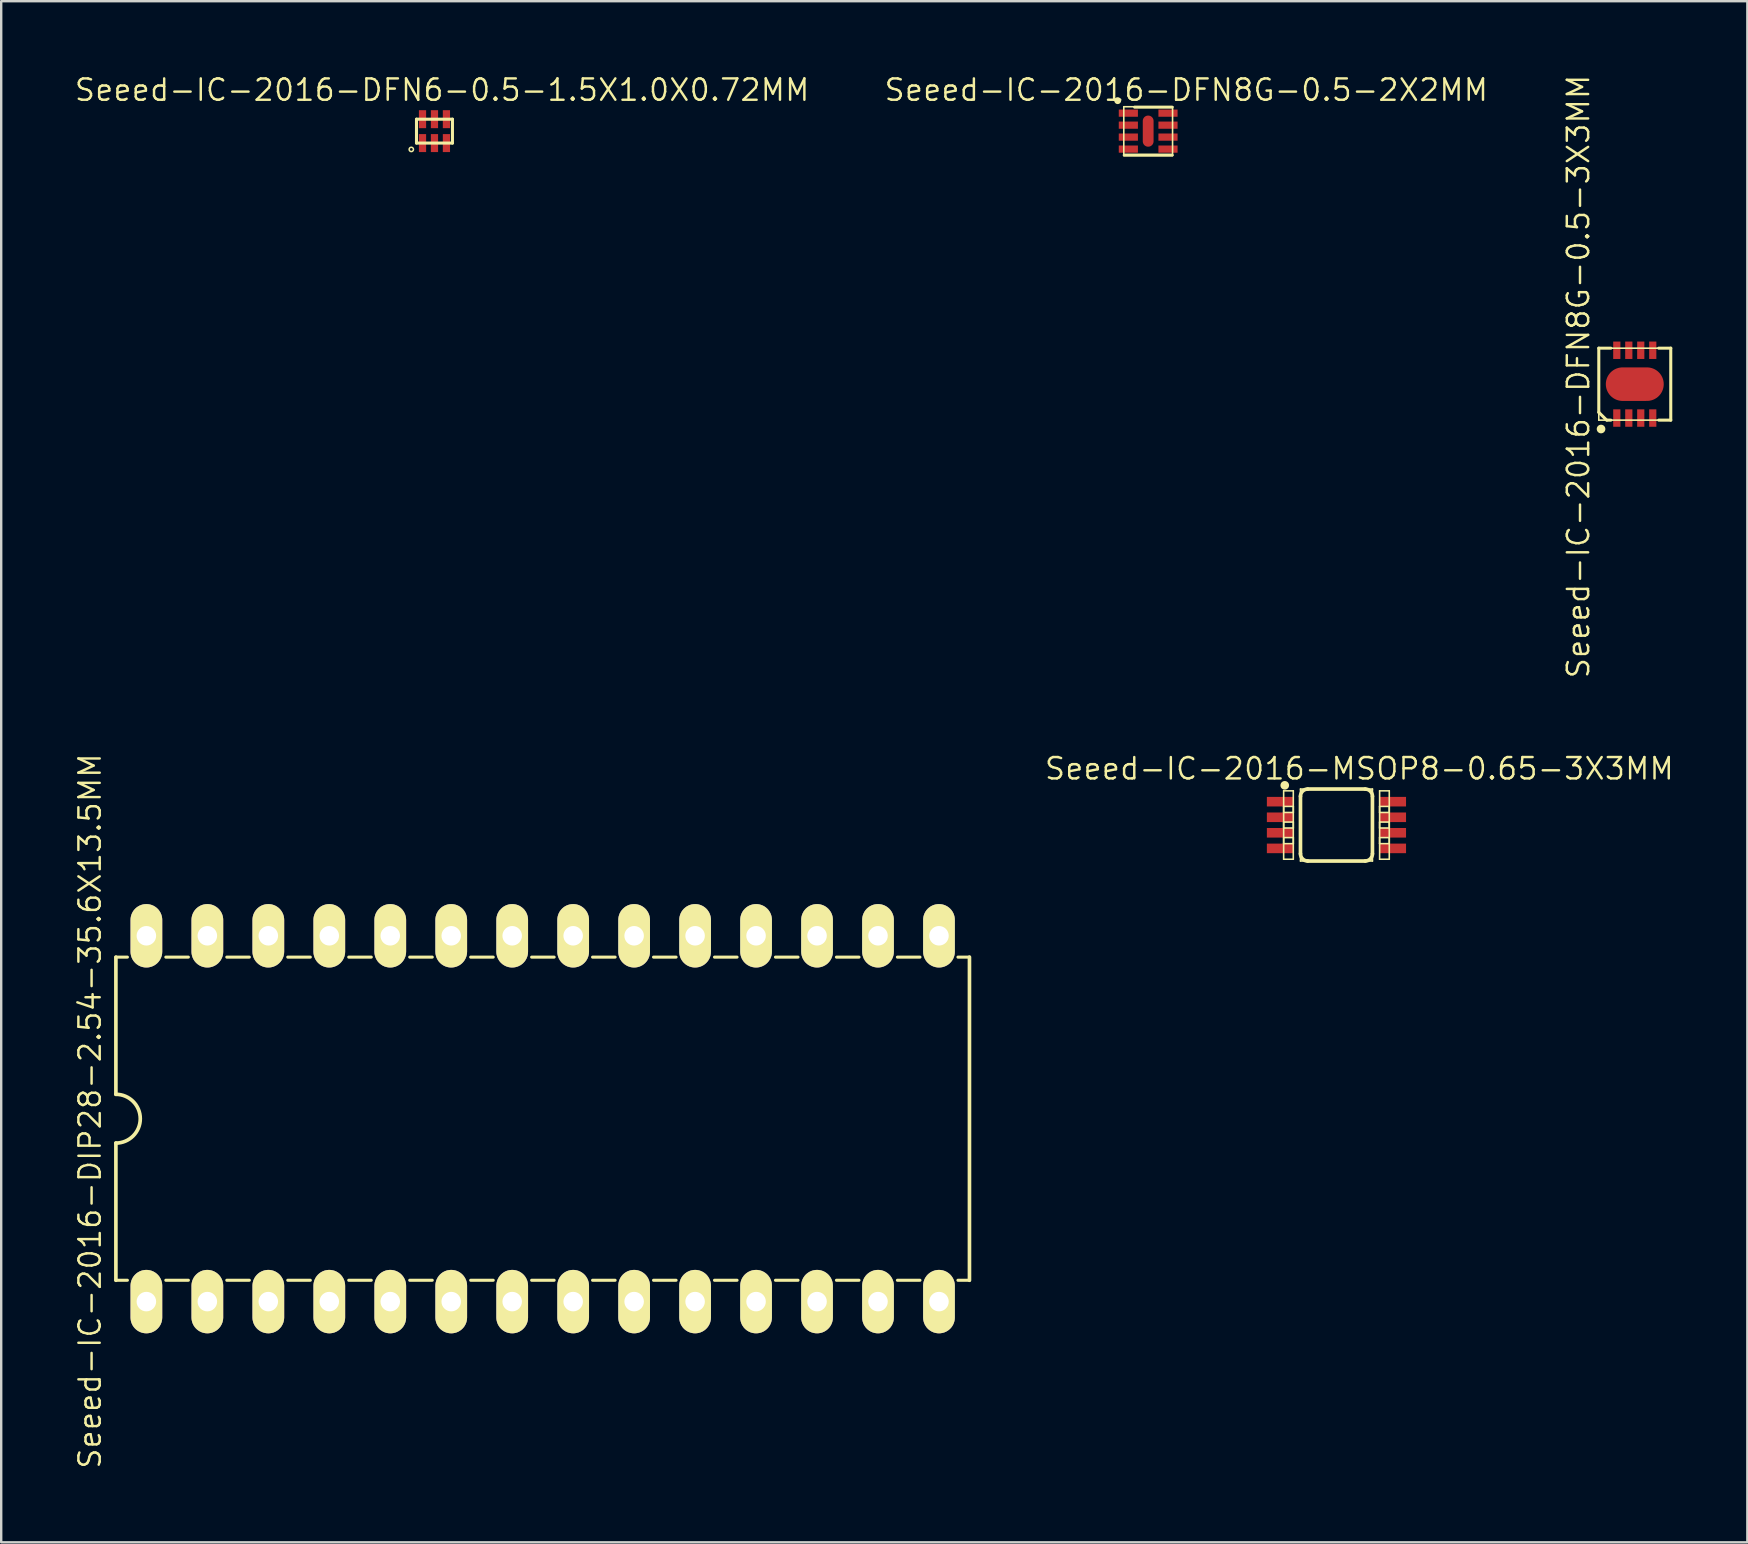
<source format=kicad_pcb>
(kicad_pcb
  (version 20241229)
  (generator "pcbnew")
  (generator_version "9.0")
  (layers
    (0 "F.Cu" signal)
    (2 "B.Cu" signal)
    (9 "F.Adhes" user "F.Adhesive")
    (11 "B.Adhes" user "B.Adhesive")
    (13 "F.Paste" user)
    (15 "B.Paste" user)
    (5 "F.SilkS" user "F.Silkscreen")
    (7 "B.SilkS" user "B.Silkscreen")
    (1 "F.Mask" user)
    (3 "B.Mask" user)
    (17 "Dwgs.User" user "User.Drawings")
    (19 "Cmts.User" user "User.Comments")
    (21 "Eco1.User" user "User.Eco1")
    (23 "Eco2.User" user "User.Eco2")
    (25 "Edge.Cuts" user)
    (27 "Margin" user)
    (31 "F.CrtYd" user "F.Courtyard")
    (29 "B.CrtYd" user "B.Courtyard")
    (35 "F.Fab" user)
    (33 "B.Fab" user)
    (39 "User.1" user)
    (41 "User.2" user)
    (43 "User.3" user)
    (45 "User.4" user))
  (footprint "Seeed-IC-2016-DFN8G-0.5-3X3MM"
    (layer "F.Cu")
    (at 65.055 12.954)
    (property "Reference" "Seeed-IC-2016-DFN8G-0.5-3X3MM" (at -2.349 -0.318 90) (layer "F.SilkS") (effects (font (size 0.889 0.889) (thickness 0.102))))
    (attr smd)
    (fp_line (start -1.499 -1.499) (end -0.998 -1.499) (stroke (width 0.127) (type solid)) (layer "F.SilkS"))
    (fp_line (start -1.499 -1.499) (end 1.499 -1.499) (stroke (width 0.066) (type solid)) (layer "F.SilkS"))
    (fp_line (start -1.499 1.173) (end -1.499 -1.499) (stroke (width 0.127) (type solid)) (layer "F.SilkS"))
    (fp_line (start -1.499 1.499) (end -1.499 -1.499) (stroke (width 0.066) (type solid)) (layer "F.SilkS"))
    (fp_line (start -1.499 1.499) (end 1.499 1.499) (stroke (width 0.066) (type solid)) (layer "F.SilkS"))
    (fp_line (start -1.173 1.499) (end -1.499 1.173) (stroke (width 0.127) (type solid)) (layer "F.SilkS"))
    (fp_line (start -0.998 1.499) (end -1.148 1.499) (stroke (width 0.127) (type solid)) (layer "F.SilkS"))
    (fp_line (start 1.499 -1.499) (end 0.998 -1.499) (stroke (width 0.127) (type solid)) (layer "F.SilkS"))
    (fp_line (start 1.499 -1.499) (end 1.499 1.499) (stroke (width 0.127) (type solid)) (layer "F.SilkS"))
    (fp_line (start 1.499 1.499) (end 0.998 1.499) (stroke (width 0.127) (type solid)) (layer "F.SilkS"))
    (fp_line (start 1.499 1.499) (end 1.499 -1.499) (stroke (width 0.066) (type solid)) (layer "F.SilkS"))
    (fp_circle (center -1.405 1.869) (end -1.532 1.996) (stroke (width 0) (type solid)) (fill yes) (layer "F.SilkS"))
    (pad "1" smd rect (at -0.749 1.412 180) (size 0.3 0.726) (layers "F.Cu" "F.Mask" "F.Paste"))
    (pad "2" smd rect (at -0.249 1.412 180) (size 0.3 0.726) (layers "F.Cu" "F.Mask" "F.Paste"))
    (pad "3" smd rect (at 0.249 1.412 180) (size 0.3 0.726) (layers "F.Cu" "F.Mask" "F.Paste"))
    (pad "4" smd rect (at 0.749 1.412 180) (size 0.3 0.726) (layers "F.Cu" "F.Mask" "F.Paste"))
    (pad "5" smd rect (at 0.749 -1.412) (size 0.3 0.726) (layers "F.Cu" "F.Mask" "F.Paste"))
    (pad "6" smd rect (at 0.249 -1.412) (size 0.3 0.726) (layers "F.Cu" "F.Mask" "F.Paste"))
    (pad "7" smd rect (at -0.249 -1.412) (size 0.3 0.726) (layers "F.Cu" "F.Mask" "F.Paste"))
    (pad "8" smd rect (at -0.749 -1.412) (size 0.3 0.726) (layers "F.Cu" "F.Mask" "F.Paste"))
    (pad "HEAT" smd oval (at 0 0) (size 2.413 1.397) (layers "F.Cu" "F.Mask" "F.Paste")))
  (footprint "Seeed-IC-2016-DIP28-2.54-35.6X13.5MM"
    (layer "F.Cu")
    (at 19.558 43.555)
    (property "Reference" "Seeed-IC-2016-DIP28-2.54-35.6X13.5MM" (at -18.86 -0.318 90) (layer "F.SilkS") (effects (font (size 0.889 0.889) (thickness 0.102))))
    (attr exclude_from_pos_files exclude_from_bom)
    (fp_line (start -17.78 -6.731) (end -17.78 -1.016) (stroke (width 0.152) (type solid)) (layer "F.SilkS"))
    (fp_line (start -17.78 -6.731) (end -17.3 -6.731) (stroke (width 0.127) (type solid)) (layer "F.SilkS"))
    (fp_line (start -17.78 6.731) (end -17.78 1.016) (stroke (width 0.152) (type solid)) (layer "F.SilkS"))
    (fp_line (start -17.78 6.731) (end -17.3 6.731) (stroke (width 0.127) (type solid)) (layer "F.SilkS"))
    (fp_line (start -15.7 -6.731) (end -14.76 -6.731) (stroke (width 0.127) (type solid)) (layer "F.SilkS"))
    (fp_line (start -15.7 6.731) (end -14.76 6.731) (stroke (width 0.127) (type solid)) (layer "F.SilkS"))
    (fp_line (start -13.16 -6.731) (end -12.22 -6.731) (stroke (width 0.127) (type solid)) (layer "F.SilkS"))
    (fp_line (start -13.16 6.731) (end -12.22 6.731) (stroke (width 0.127) (type solid)) (layer "F.SilkS"))
    (fp_line (start -10.62 -6.731) (end -9.68 -6.731) (stroke (width 0.127) (type solid)) (layer "F.SilkS"))
    (fp_line (start -10.62 6.731) (end -9.68 6.731) (stroke (width 0.127) (type solid)) (layer "F.SilkS"))
    (fp_line (start -8.08 -6.731) (end -7.14 -6.731) (stroke (width 0.127) (type solid)) (layer "F.SilkS"))
    (fp_line (start -8.08 6.731) (end -7.14 6.731) (stroke (width 0.127) (type solid)) (layer "F.SilkS"))
    (fp_line (start -5.54 -6.731) (end -4.6 -6.731) (stroke (width 0.127) (type solid)) (layer "F.SilkS"))
    (fp_line (start -5.54 6.731) (end -4.6 6.731) (stroke (width 0.127) (type solid)) (layer "F.SilkS"))
    (fp_line (start -3 -6.731) (end -2.06 -6.731) (stroke (width 0.127) (type solid)) (layer "F.SilkS"))
    (fp_line (start -3 6.731) (end -2.06 6.731) (stroke (width 0.127) (type solid)) (layer "F.SilkS"))
    (fp_line (start -0.46 -6.731) (end 0.478 -6.731) (stroke (width 0.127) (type solid)) (layer "F.SilkS"))
    (fp_line (start -0.46 6.731) (end 0.478 6.731) (stroke (width 0.127) (type solid)) (layer "F.SilkS"))
    (fp_line (start 2.078 -6.731) (end 3.018 -6.731) (stroke (width 0.127) (type solid)) (layer "F.SilkS"))
    (fp_line (start 2.078 6.731) (end 3.018 6.731) (stroke (width 0.127) (type solid)) (layer "F.SilkS"))
    (fp_line (start 4.618 -6.731) (end 5.558 -6.731) (stroke (width 0.127) (type solid)) (layer "F.SilkS"))
    (fp_line (start 4.618 6.731) (end 5.558 6.731) (stroke (width 0.127) (type solid)) (layer "F.SilkS"))
    (fp_line (start 7.158 -6.731) (end 8.098 -6.731) (stroke (width 0.127) (type solid)) (layer "F.SilkS"))
    (fp_line (start 7.158 6.731) (end 8.098 6.731) (stroke (width 0.127) (type solid)) (layer "F.SilkS"))
    (fp_line (start 9.698 -6.731) (end 10.638 -6.731) (stroke (width 0.127) (type solid)) (layer "F.SilkS"))
    (fp_line (start 9.698 6.731) (end 10.638 6.731) (stroke (width 0.127) (type solid)) (layer "F.SilkS"))
    (fp_line (start 12.238 -6.731) (end 13.178 -6.731) (stroke (width 0.127) (type solid)) (layer "F.SilkS"))
    (fp_line (start 12.238 6.731) (end 13.178 6.731) (stroke (width 0.127) (type solid)) (layer "F.SilkS"))
    (fp_line (start 14.778 -6.731) (end 15.718 -6.731) (stroke (width 0.127) (type solid)) (layer "F.SilkS"))
    (fp_line (start 14.778 6.731) (end 15.718 6.731) (stroke (width 0.127) (type solid)) (layer "F.SilkS"))
    (fp_line (start 17.3 -6.731) (end 17.78 -6.731) (stroke (width 0.127) (type solid)) (layer "F.SilkS"))
    (fp_line (start 17.3 6.731) (end 17.78 6.731) (stroke (width 0.127) (type solid)) (layer "F.SilkS"))
    (fp_line (start 17.78 -6.731) (end 17.78 6.731) (stroke (width 0.152) (type solid)) (layer "F.SilkS"))
    (fp_arc (start -17.78 -1.016) (mid -16.764 0) (end -17.78 1.016) (stroke (width 0.1524) (type solid)) (layer "F.SilkS"))
    (pad "1" thru_hole oval (at -16.51 7.62 180) (size 1.321 2.642) (drill 0.813) (layers "*.Cu" "F.Mask" "F.SilkS" "F.Paste"))
    (pad "2" thru_hole oval (at -13.97 7.62 180) (size 1.321 2.642) (drill 0.813) (layers "*.Cu" "F.Mask" "F.SilkS" "F.Paste"))
    (pad "3" thru_hole oval (at -11.43 7.62 180) (size 1.321 2.642) (drill 0.813) (layers "*.Cu" "F.Mask" "F.SilkS" "F.Paste"))
    (pad "4" thru_hole oval (at -8.89 7.62 180) (size 1.321 2.642) (drill 0.813) (layers "*.Cu" "F.Mask" "F.SilkS" "F.Paste"))
    (pad "5" thru_hole oval (at -6.35 7.62 180) (size 1.321 2.642) (drill 0.813) (layers "*.Cu" "F.Mask" "F.SilkS" "F.Paste"))
    (pad "6" thru_hole oval (at -3.81 7.62 180) (size 1.321 2.642) (drill 0.813) (layers "*.Cu" "F.Mask" "F.SilkS" "F.Paste"))
    (pad "7" thru_hole oval (at -1.27 7.62 180) (size 1.321 2.642) (drill 0.813) (layers "*.Cu" "F.Mask" "F.SilkS" "F.Paste"))
    (pad "8" thru_hole oval (at 1.27 7.62 180) (size 1.321 2.642) (drill 0.813) (layers "*.Cu" "F.Mask" "F.SilkS" "F.Paste"))
    (pad "9" thru_hole oval (at 3.81 7.62 180) (size 1.321 2.642) (drill 0.813) (layers "*.Cu" "F.Mask" "F.SilkS" "F.Paste"))
    (pad "10" thru_hole oval (at 6.35 7.62 180) (size 1.321 2.642) (drill 0.813) (layers "*.Cu" "F.Mask" "F.SilkS" "F.Paste"))
    (pad "11" thru_hole oval (at 8.89 7.62 180) (size 1.321 2.642) (drill 0.813) (layers "*.Cu" "F.Mask" "F.SilkS" "F.Paste"))
    (pad "12" thru_hole oval (at 11.43 7.62 180) (size 1.321 2.642) (drill 0.813) (layers "*.Cu" "F.Mask" "F.SilkS" "F.Paste"))
    (pad "13" thru_hole oval (at 13.97 7.62 180) (size 1.321 2.642) (drill 0.813) (layers "*.Cu" "F.Mask" "F.SilkS" "F.Paste"))
    (pad "14" thru_hole oval (at 16.51 7.62 180) (size 1.321 2.642) (drill 0.813) (layers "*.Cu" "F.Mask" "F.SilkS" "F.Paste"))
    (pad "15" thru_hole oval (at 16.51 -7.62 180) (size 1.321 2.642) (drill 0.813) (layers "*.Cu" "F.Mask" "F.SilkS" "F.Paste"))
    (pad "16" thru_hole oval (at 13.97 -7.62 180) (size 1.321 2.642) (drill 0.813) (layers "*.Cu" "F.Mask" "F.SilkS" "F.Paste"))
    (pad "17" thru_hole oval (at 11.43 -7.62 180) (size 1.321 2.642) (drill 0.813) (layers "*.Cu" "F.Mask" "F.SilkS" "F.Paste"))
    (pad "18" thru_hole oval (at 8.89 -7.62 180) (size 1.321 2.642) (drill 0.813) (layers "*.Cu" "F.Mask" "F.SilkS" "F.Paste"))
    (pad "19" thru_hole oval (at 6.35 -7.62 180) (size 1.321 2.642) (drill 0.813) (layers "*.Cu" "F.Mask" "F.SilkS" "F.Paste"))
    (pad "20" thru_hole oval (at 3.81 -7.62 180) (size 1.321 2.642) (drill 0.813) (layers "*.Cu" "F.Mask" "F.SilkS" "F.Paste"))
    (pad "21" thru_hole oval (at 1.27 -7.62 180) (size 1.321 2.642) (drill 0.813) (layers "*.Cu" "F.Mask" "F.SilkS" "F.Paste"))
    (pad "22" thru_hole oval (at -1.27 -7.62 180) (size 1.321 2.642) (drill 0.813) (layers "*.Cu" "F.Mask" "F.SilkS" "F.Paste"))
    (pad "23" thru_hole oval (at -3.81 -7.62 180) (size 1.321 2.642) (drill 0.813) (layers "*.Cu" "F.Mask" "F.SilkS" "F.Paste"))
    (pad "24" thru_hole oval (at -6.35 -7.62 180) (size 1.321 2.642) (drill 0.813) (layers "*.Cu" "F.Mask" "F.SilkS" "F.Paste"))
    (pad "25" thru_hole oval (at -8.89 -7.62 180) (size 1.321 2.642) (drill 0.813) (layers "*.Cu" "F.Mask" "F.SilkS" "F.Paste"))
    (pad "26" thru_hole oval (at -11.43 -7.62 180) (size 1.321 2.642) (drill 0.813) (layers "*.Cu" "F.Mask" "F.SilkS" "F.Paste"))
    (pad "27" thru_hole oval (at -13.97 -7.62 180) (size 1.321 2.642) (drill 0.813) (layers "*.Cu" "F.Mask" "F.SilkS" "F.Paste"))
    (pad "28" thru_hole oval (at -16.51 -7.62 180) (size 1.321 2.642) (drill 0.813) (layers "*.Cu" "F.Mask" "F.SilkS" "F.Paste")))
  (footprint "Seeed-IC-2016-DFN8G-0.5-2X2MM"
    (layer "F.Cu")
    (at 44.783 2.413)
    (property "Reference" "Seeed-IC-2016-DFN8G-0.5-2X2MM" (at 1.587 -1.714 0) (layer "F.SilkS") (effects (font (size 0.889 0.889) (thickness 0.102))))
    (attr smd)
    (fp_line (start -1.016 -1.016) (end 1.016 -1.016) (stroke (width 0.066) (type solid)) (layer "F.SilkS"))
    (fp_line (start -1.016 1.016) (end -1.016 -1.016) (stroke (width 0.066) (type solid)) (layer "F.SilkS"))
    (fp_line (start -1.016 1.016) (end 1.016 1.016) (stroke (width 0.066) (type solid)) (layer "F.SilkS"))
    (fp_line (start -0.564 -0.998) (end 0.998 -0.998) (stroke (width 0.127) (type solid)) (layer "F.SilkS"))
    (fp_line (start 0.998 0.998) (end -0.998 0.998) (stroke (width 0.127) (type solid)) (layer "F.SilkS"))
    (fp_line (start 1.016 1.016) (end 1.016 -1.016) (stroke (width 0.066) (type solid)) (layer "F.SilkS"))
    (fp_circle (center -1.27 -1.27) (end -1.372 -1.372) (stroke (width 0) (type solid)) (fill yes) (layer "F.SilkS"))
    (pad "1" smd rect (at -0.826 -0.749) (size 0.798 0.3) (layers "F.Cu" "F.Mask" "F.Paste"))
    (pad "2" smd rect (at -0.826 -0.249) (size 0.798 0.3) (layers "F.Cu" "F.Mask" "F.Paste"))
    (pad "3" smd rect (at -0.826 0.249) (size 0.798 0.3) (layers "F.Cu" "F.Mask" "F.Paste"))
    (pad "4" smd rect (at -0.826 0.749) (size 0.798 0.3) (layers "F.Cu" "F.Mask" "F.Paste"))
    (pad "5" smd rect (at 0.826 0.749 180) (size 0.798 0.3) (layers "F.Cu" "F.Mask" "F.Paste"))
    (pad "6" smd rect (at 0.826 0.249 180) (size 0.798 0.3) (layers "F.Cu" "F.Mask" "F.Paste"))
    (pad "7" smd rect (at 0.826 -0.249 180) (size 0.798 0.3) (layers "F.Cu" "F.Mask" "F.Paste"))
    (pad "8" smd rect (at 0.826 -0.749 180) (size 0.798 0.3) (layers "F.Cu" "F.Mask" "F.Paste"))
    (pad "9" smd oval (at 0 0 270) (size 1.298 0.45) (layers "F.Cu" "F.Mask" "F.Paste")))
  (footprint "Seeed-IC-2016-MSOP8-0.65-3X3MM"
    (layer "F.Cu")
    (at 52.627 31.321)
    (property "Reference" "Seeed-IC-2016-MSOP8-0.65-3X3MM" (at 0.953 -2.349 0) (layer "F.SilkS") (effects (font (size 0.889 0.889) (thickness 0.102))))
    (attr smd)
    (fp_line (start -2.2 -1.425) (end -1.798 -1.425) (stroke (width 0.066) (type solid)) (layer "F.SilkS"))
    (fp_line (start -2.2 -0.775) (end -1.798 -0.775) (stroke (width 0.066) (type solid)) (layer "F.SilkS"))
    (fp_line (start -2.2 -0.523) (end -2.2 -1.425) (stroke (width 0.066) (type solid)) (layer "F.SilkS"))
    (fp_line (start -2.2 -0.523) (end -1.798 -0.523) (stroke (width 0.066) (type solid)) (layer "F.SilkS"))
    (fp_line (start -2.2 -0.124) (end -1.798 -0.124) (stroke (width 0.066) (type solid)) (layer "F.SilkS"))
    (fp_line (start -2.2 0.124) (end -2.2 -0.775) (stroke (width 0.066) (type solid)) (layer "F.SilkS"))
    (fp_line (start -2.2 0.124) (end -1.798 0.124) (stroke (width 0.066) (type solid)) (layer "F.SilkS"))
    (fp_line (start -2.2 0.523) (end -1.798 0.523) (stroke (width 0.066) (type solid)) (layer "F.SilkS"))
    (fp_line (start -2.2 0.775) (end -2.2 -0.124) (stroke (width 0.066) (type solid)) (layer "F.SilkS"))
    (fp_line (start -2.2 0.775) (end -1.798 0.775) (stroke (width 0.066) (type solid)) (layer "F.SilkS"))
    (fp_line (start -2.2 1.425) (end -2.2 0.523) (stroke (width 0.066) (type solid)) (layer "F.SilkS"))
    (fp_line (start -2.2 1.425) (end -1.798 1.425) (stroke (width 0.066) (type solid)) (layer "F.SilkS"))
    (fp_line (start -1.798 -0.523) (end -1.798 -1.425) (stroke (width 0.066) (type solid)) (layer "F.SilkS"))
    (fp_line (start -1.798 0.124) (end -1.798 -0.775) (stroke (width 0.066) (type solid)) (layer "F.SilkS"))
    (fp_line (start -1.798 0.775) (end -1.798 -0.124) (stroke (width 0.066) (type solid)) (layer "F.SilkS"))
    (fp_line (start -1.798 1.425) (end -1.798 0.523) (stroke (width 0.066) (type solid)) (layer "F.SilkS"))
    (fp_line (start -1.499 -1.499) (end 1.499 -1.499) (stroke (width 0.066) (type solid)) (layer "F.SilkS"))
    (fp_line (start -1.499 -1.199) (end -1.499 1.199) (stroke (width 0.152) (type solid)) (layer "F.SilkS"))
    (fp_line (start -1.499 1.499) (end -1.499 -1.499) (stroke (width 0.066) (type solid)) (layer "F.SilkS"))
    (fp_line (start -1.499 1.499) (end 1.499 1.499) (stroke (width 0.066) (type solid)) (layer "F.SilkS"))
    (fp_line (start -1.199 -1.499) (end 1.199 -1.499) (stroke (width 0.152) (type solid)) (layer "F.SilkS"))
    (fp_line (start -1.199 1.499) (end 1.199 1.499) (stroke (width 0.152) (type solid)) (layer "F.SilkS"))
    (fp_line (start 1.499 1.199) (end 1.499 -1.199) (stroke (width 0.152) (type solid)) (layer "F.SilkS"))
    (fp_line (start 1.499 1.499) (end 1.499 -1.499) (stroke (width 0.066) (type solid)) (layer "F.SilkS"))
    (fp_line (start 1.798 -1.425) (end 2.2 -1.425) (stroke (width 0.066) (type solid)) (layer "F.SilkS"))
    (fp_line (start 1.798 -0.775) (end 2.2 -0.775) (stroke (width 0.066) (type solid)) (layer "F.SilkS"))
    (fp_line (start 1.798 -0.523) (end 1.798 -1.425) (stroke (width 0.066) (type solid)) (layer "F.SilkS"))
    (fp_line (start 1.798 -0.523) (end 2.2 -0.523) (stroke (width 0.066) (type solid)) (layer "F.SilkS"))
    (fp_line (start 1.798 -0.124) (end 2.2 -0.124) (stroke (width 0.066) (type solid)) (layer "F.SilkS"))
    (fp_line (start 1.798 0.124) (end 1.798 -0.775) (stroke (width 0.066) (type solid)) (layer "F.SilkS"))
    (fp_line (start 1.798 0.124) (end 2.2 0.124) (stroke (width 0.066) (type solid)) (layer "F.SilkS"))
    (fp_line (start 1.798 0.523) (end 2.2 0.523) (stroke (width 0.066) (type solid)) (layer "F.SilkS"))
    (fp_line (start 1.798 0.775) (end 1.798 -0.124) (stroke (width 0.066) (type solid)) (layer "F.SilkS"))
    (fp_line (start 1.798 0.775) (end 2.2 0.775) (stroke (width 0.066) (type solid)) (layer "F.SilkS"))
    (fp_line (start 1.798 1.425) (end 1.798 0.523) (stroke (width 0.066) (type solid)) (layer "F.SilkS"))
    (fp_line (start 1.798 1.425) (end 2.2 1.425) (stroke (width 0.066) (type solid)) (layer "F.SilkS"))
    (fp_line (start 2.2 -0.523) (end 2.2 -1.425) (stroke (width 0.066) (type solid)) (layer "F.SilkS"))
    (fp_line (start 2.2 0.124) (end 2.2 -0.775) (stroke (width 0.066) (type solid)) (layer "F.SilkS"))
    (fp_line (start 2.2 0.775) (end 2.2 -0.124) (stroke (width 0.066) (type solid)) (layer "F.SilkS"))
    (fp_line (start 2.2 1.425) (end 2.2 0.523) (stroke (width 0.066) (type solid)) (layer "F.SilkS"))
    (fp_arc (start -1.4986 -1.19888) (mid -1.410814 -1.410814) (end -1.19888 -1.4986) (stroke (width 0.1524) (type solid)) (layer "F.SilkS"))
    (fp_arc (start -1.19888 1.4986) (mid -1.410814 1.410814) (end -1.4986 1.19888) (stroke (width 0.1524) (type solid)) (layer "F.SilkS"))
    (fp_arc (start 1.19888 -1.4986) (mid 1.410814 -1.410814) (end 1.4986 -1.19888) (stroke (width 0.1524) (type solid)) (layer "F.SilkS"))
    (fp_arc (start 1.4986 1.19888) (mid 1.410814 1.410814) (end 1.19888 1.4986) (stroke (width 0.1524) (type solid)) (layer "F.SilkS"))
    (fp_circle (center -2.154 -1.654) (end -2.281 -1.781) (stroke (width 0) (type solid)) (fill yes) (layer "F.SilkS"))
    (pad "1" smd rect (at -2.349 -0.973 270) (size 0.399 1.1) (layers "F.Cu" "F.Mask" "F.Paste"))
    (pad "2" smd rect (at -2.349 -0.323 270) (size 0.399 1.1) (layers "F.Cu" "F.Mask" "F.Paste"))
    (pad "3" smd rect (at -2.349 0.323 270) (size 0.399 1.1) (layers "F.Cu" "F.Mask" "F.Paste"))
    (pad "4" smd rect (at -2.349 0.973 270) (size 0.399 1.1) (layers "F.Cu" "F.Mask" "F.Paste"))
    (pad "5" smd rect (at 2.349 0.973 270) (size 0.399 1.1) (layers "F.Cu" "F.Mask" "F.Paste"))
    (pad "6" smd rect (at 2.349 0.323 270) (size 0.399 1.1) (layers "F.Cu" "F.Mask" "F.Paste"))
    (pad "7" smd rect (at 2.349 -0.323 270) (size 0.399 1.1) (layers "F.Cu" "F.Mask" "F.Paste"))
    (pad "8" smd rect (at 2.349 -0.973 270) (size 0.399 1.1) (layers "F.Cu" "F.Mask" "F.Paste")))
  (footprint "Seeed-IC-2016-DFN6-0.5-1.5X1.0X0.72MM"
    (layer "F.Cu")
    (at 15.05 2.413)
    (property "Reference" "Seeed-IC-2016-DFN6-0.5-1.5X1.0X0.72MM" (at 0.318 -1.714 0) (layer "F.SilkS") (effects (font (size 0.889 0.889) (thickness 0.102))))
    (attr smd)
    (fp_line (start -0.749 -0.498) (end 0.749 -0.498) (stroke (width 0.127) (type solid)) (layer "F.SilkS"))
    (fp_line (start -0.749 0.498) (end -0.749 -0.498) (stroke (width 0.127) (type solid)) (layer "F.SilkS"))
    (fp_line (start 0.749 -0.498) (end 0.749 0.498) (stroke (width 0.127) (type solid)) (layer "F.SilkS"))
    (fp_line (start 0.749 0.498) (end -0.749 0.498) (stroke (width 0.127) (type solid)) (layer "F.SilkS"))
    (fp_circle (center -0.965 0.762) (end -1.029 0.826) (stroke (width 0.064) (type solid)) (fill no) (layer "F.SilkS"))
    (pad "1" smd rect (at -0.498 0.498 90) (size 0.749 0.3) (layers "F.Cu" "F.Mask" "F.Paste"))
    (pad "2" smd rect (at 0 0.498 90) (size 0.749 0.3) (layers "F.Cu" "F.Mask" "F.Paste"))
    (pad "3" smd rect (at 0.498 0.498 90) (size 0.749 0.3) (layers "F.Cu" "F.Mask" "F.Paste"))
    (pad "4" smd rect (at 0.498 -0.498 90) (size 0.749 0.3) (layers "F.Cu" "F.Mask" "F.Paste"))
    (pad "5" smd rect (at 0 -0.498 90) (size 0.749 0.3) (layers "F.Cu" "F.Mask" "F.Paste"))
    (pad "6" smd rect (at -0.498 -0.498 90) (size 0.749 0.3) (layers "F.Cu" "F.Mask" "F.Paste")))
  (gr_rect
    (start -3 -3)
    (end 69.745 61.203)
    (stroke (width 0.1) (type default))
    (fill no)
    (layer "Edge.Cuts")))
</source>
